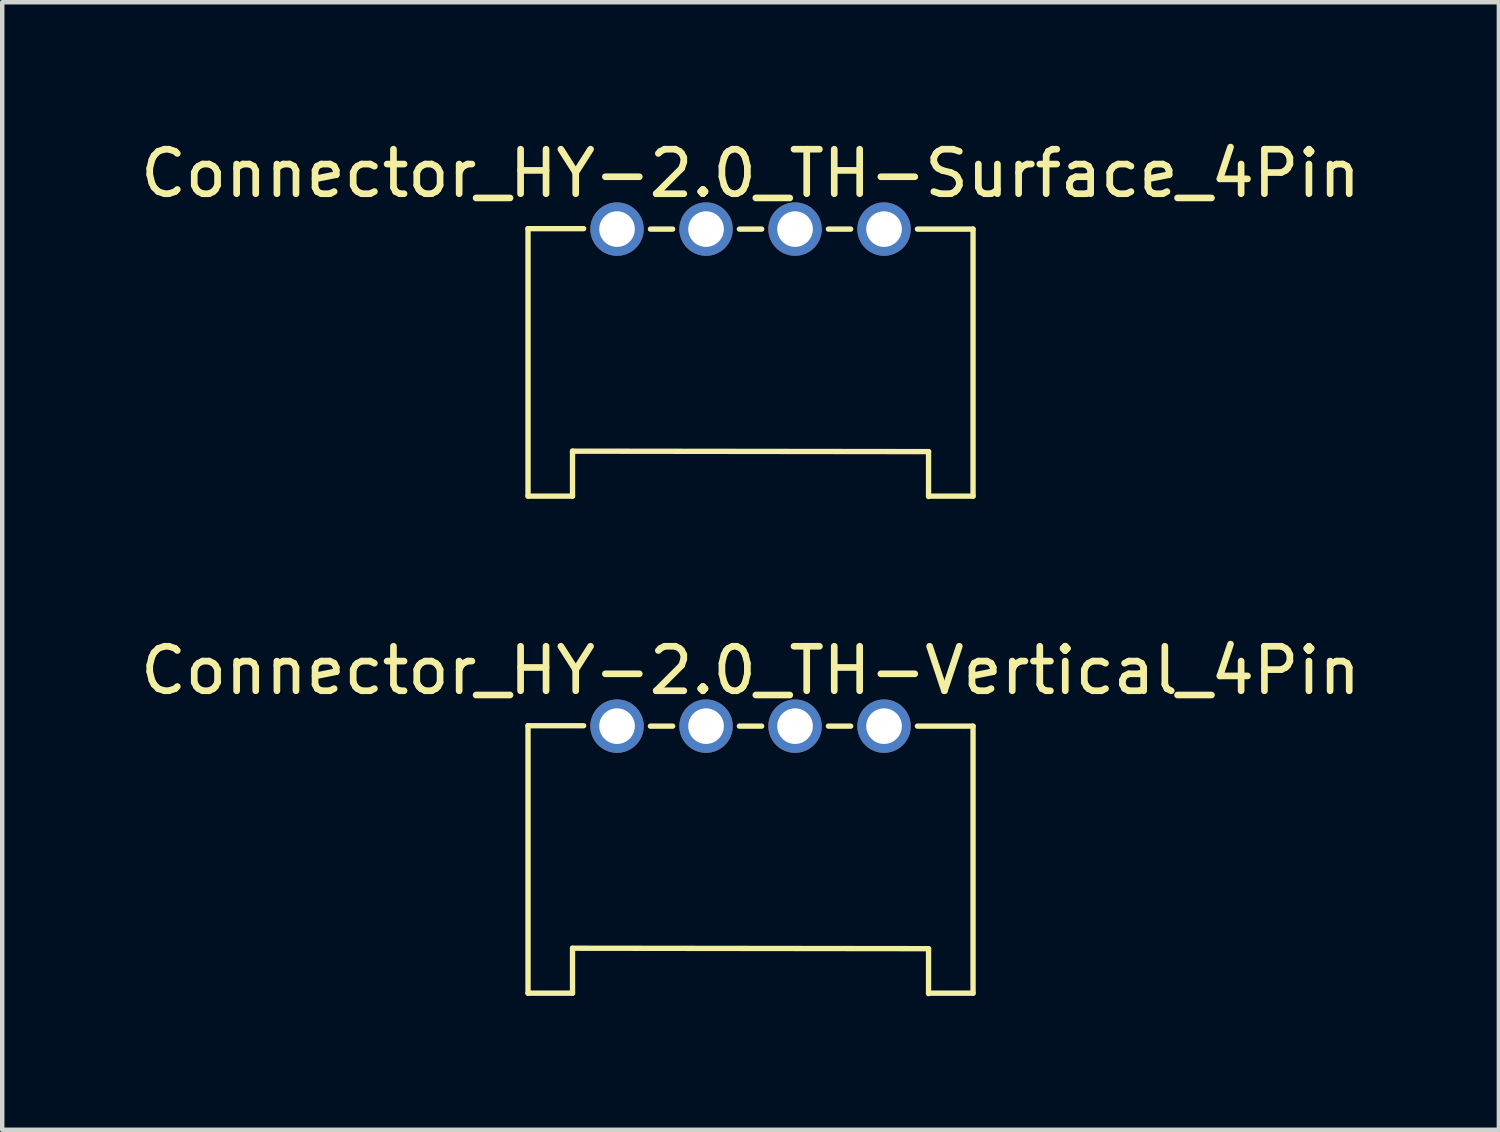
<source format=kicad_pcb>
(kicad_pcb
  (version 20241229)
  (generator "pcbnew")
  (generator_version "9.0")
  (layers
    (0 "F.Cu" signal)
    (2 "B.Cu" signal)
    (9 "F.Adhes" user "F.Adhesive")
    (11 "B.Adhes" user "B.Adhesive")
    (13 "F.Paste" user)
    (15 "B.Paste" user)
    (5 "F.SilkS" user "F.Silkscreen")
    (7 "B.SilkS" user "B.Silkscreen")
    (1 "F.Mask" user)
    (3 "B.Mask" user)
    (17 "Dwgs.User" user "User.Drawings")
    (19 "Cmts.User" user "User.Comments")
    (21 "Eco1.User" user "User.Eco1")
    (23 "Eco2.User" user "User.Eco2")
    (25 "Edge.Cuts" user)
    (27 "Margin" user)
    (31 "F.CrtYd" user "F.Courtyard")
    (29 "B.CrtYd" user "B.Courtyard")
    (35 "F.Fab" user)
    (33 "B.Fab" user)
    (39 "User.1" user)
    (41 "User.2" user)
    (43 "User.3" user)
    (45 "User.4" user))
  (footprint "Connector_HY-2.0_TH-Surface_4Pin"
    (layer "F.Cu")
    (at 13.815 2.098)
    (property "Reference" "Connector_HY-2.0_TH-Surface_4Pin" (at 0 -1.25 0) (unlocked yes) (layer "F.SilkS") (effects (font (size 1 1) (thickness 0.15))))
    (attr through_hole)
    (fp_line (start -5 -0.01) (end -5 6) (stroke (width 0.12) (type solid)) (layer "F.SilkS"))
    (fp_line (start -5 6) (end -4 6) (stroke (width 0.12) (type solid)) (layer "F.SilkS"))
    (fp_line (start -4 4.99) (end 4 5) (stroke (width 0.12) (type solid)) (layer "F.SilkS"))
    (fp_line (start -4 6) (end -4 4.99) (stroke (width 0.12) (type solid)) (layer "F.SilkS"))
    (fp_line (start -3.75 -0.01) (end -5 -0.01) (stroke (width 0.12) (type solid)) (layer "F.SilkS"))
    (fp_line (start -1.75 0) (end -2.25 0) (stroke (width 0.12) (type solid)) (layer "F.SilkS"))
    (fp_line (start 0.25 0) (end -0.25 0) (stroke (width 0.12) (type solid)) (layer "F.SilkS"))
    (fp_line (start 2.25 0) (end 1.75 0) (stroke (width 0.12) (type solid)) (layer "F.SilkS"))
    (fp_line (start 4 6) (end 5 6) (stroke (width 0.12) (type solid)) (layer "F.SilkS"))
    (fp_line (start 4 6.01) (end 4 5) (stroke (width 0.12) (type solid)) (layer "F.SilkS"))
    (fp_line (start 5 0) (end 3.75 0) (stroke (width 0.12) (type solid)) (layer "F.SilkS"))
    (fp_line (start 5 6) (end 5 0) (stroke (width 0.12) (type solid)) (layer "F.SilkS"))
    (pad "1" thru_hole circle (at 3 0) (size 1.2 1.2) (drill 0.8) (layers "*.Cu" "*.Mask"))
    (pad "2" thru_hole circle (at 1 0) (size 1.2 1.2) (drill 0.8) (layers "*.Cu" "*.Mask"))
    (pad "3" thru_hole circle (at -1 0) (size 1.2 1.2) (drill 0.8) (layers "*.Cu" "*.Mask"))
    (pad "4" thru_hole circle (at -3 0) (size 1.2 1.2) (drill 0.8) (layers "*.Cu" "*.Mask")))
  (footprint "Connector_HY-2.0_TH-Vertical_4Pin"
    (layer "F.Cu")
    (at 13.815 13.267)
    (property "Reference" "Connector_HY-2.0_TH-Vertical_4Pin" (at 0 -1.25 0) (unlocked yes) (layer "F.SilkS") (effects (font (size 1 1) (thickness 0.15))))
    (attr through_hole)
    (fp_line (start -5 -0.01) (end -5 6) (stroke (width 0.12) (type solid)) (layer "F.SilkS"))
    (fp_line (start -5 6) (end -4 6) (stroke (width 0.12) (type solid)) (layer "F.SilkS"))
    (fp_line (start -4 4.99) (end 4 5) (stroke (width 0.12) (type solid)) (layer "F.SilkS"))
    (fp_line (start -4 6) (end -4 4.99) (stroke (width 0.12) (type solid)) (layer "F.SilkS"))
    (fp_line (start -3.75 -0.01) (end -5 -0.01) (stroke (width 0.12) (type solid)) (layer "F.SilkS"))
    (fp_line (start -1.75 0) (end -2.25 0) (stroke (width 0.12) (type solid)) (layer "F.SilkS"))
    (fp_line (start 0.25 0) (end -0.25 0) (stroke (width 0.12) (type solid)) (layer "F.SilkS"))
    (fp_line (start 2.25 0) (end 1.75 0) (stroke (width 0.12) (type solid)) (layer "F.SilkS"))
    (fp_line (start 4 6) (end 5 6) (stroke (width 0.12) (type solid)) (layer "F.SilkS"))
    (fp_line (start 4 6.01) (end 4 5) (stroke (width 0.12) (type solid)) (layer "F.SilkS"))
    (fp_line (start 5 0) (end 3.75 0) (stroke (width 0.12) (type solid)) (layer "F.SilkS"))
    (fp_line (start 5 6) (end 5 0) (stroke (width 0.12) (type solid)) (layer "F.SilkS"))
    (pad "1" thru_hole circle (at 3 0) (size 1.2 1.2) (drill 0.8) (layers "*.Cu" "*.Mask"))
    (pad "2" thru_hole circle (at 1 0) (size 1.2 1.2) (drill 0.8) (layers "*.Cu" "*.Mask"))
    (pad "3" thru_hole circle (at -1 0) (size 1.2 1.2) (drill 0.8) (layers "*.Cu" "*.Mask"))
    (pad "4" thru_hole circle (at -3 0) (size 1.2 1.2) (drill 0.8) (layers "*.Cu" "*.Mask")))
  (gr_rect
    (start -3 -3)
    (end 30.631 22.337)
    (stroke (width 0.1) (type default))
    (fill no)
    (layer "Edge.Cuts")))
</source>
